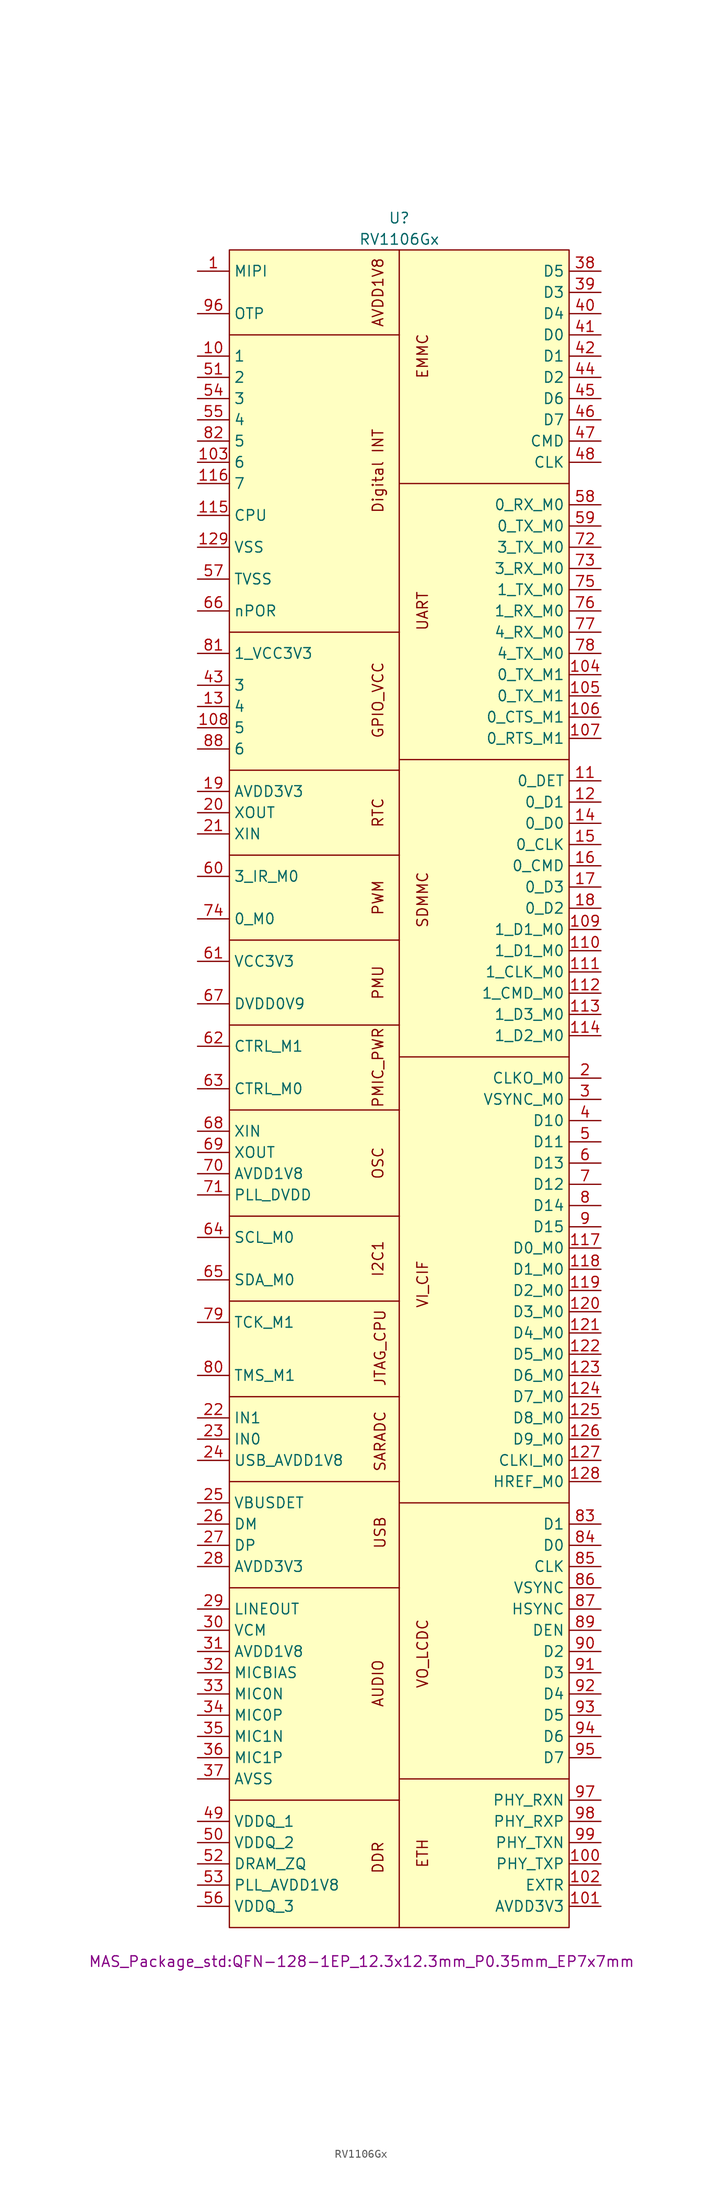
<source format=kicad_sym>
(kicad_symbol_lib
  (version 20231120)
  (generator "kicad_symbol_editor")
  (generator_version "8.0")
  (symbol "RV1106Gx"
    (property "Reference" "U"
      (at 0 104.14 0)
      (effects (font (size 1.27 1.27))))
    (property "Value" "RV1106Gx"
      (at 0 101.6 0)
      (effects (font (size 1.27 1.27))))
    (property "Footprint" "MAS_Package_std:QFN-128-1EP_12.3x12.3mm_P0.35mm_EP7x7mm"
      (at 28.194 -104.394 0)
      (effects (font (size 1.27 1.27)) (justify right)))
    (symbol "RV1106Gx_1_1"
      (rectangle (start -20.32 100.33) (end 20.32 -100.33) (stroke (width 0) (type solid)) (fill (type background)))
      (polyline (pts (xy -20.32 -85.09) (xy 0 -85.09)) (stroke (width 0) (type default)) (fill (type none)))
      (polyline (pts (xy -20.32 -59.69) (xy 0 -59.69)) (stroke (width 0) (type default)) (fill (type none)))
      (polyline (pts (xy -20.32 -46.99) (xy 0 -46.99)) (stroke (width 0) (type default)) (fill (type none)))
      (polyline (pts (xy -20.32 -36.83) (xy 0 -36.83)) (stroke (width 0) (type default)) (fill (type none)))
      (polyline (pts (xy -20.32 -25.4) (xy 0 -25.4)) (stroke (width 0) (type default)) (fill (type none)))
      (polyline (pts (xy -20.32 -15.24) (xy 0 -15.24)) (stroke (width 0) (type default)) (fill (type none)))
      (polyline (pts (xy -20.32 -2.54) (xy 0 -2.54)) (stroke (width 0) (type default)) (fill (type none)))
      (polyline (pts (xy -20.32 7.62) (xy 0 7.62)) (stroke (width 0) (type default)) (fill (type none)))
      (polyline (pts (xy -20.32 17.78) (xy 0 17.78)) (stroke (width 0) (type default)) (fill (type none)))
      (polyline (pts (xy -20.32 27.94) (xy 0 27.94)) (stroke (width 0) (type default)) (fill (type none)))
      (polyline (pts (xy -20.32 38.1) (xy 0 38.1)) (stroke (width 0) (type default)) (fill (type none)))
      (polyline (pts (xy -20.32 54.61) (xy 0 54.61)) (stroke (width 0) (type default)) (fill (type none)))
      (polyline (pts (xy -20.32 90.17) (xy 0 90.17)) (stroke (width 0) (type default)) (fill (type none)))
      (polyline (pts (xy 0 -100.33) (xy 0 100.33)) (stroke (width 0) (type default)) (fill (type none)))
      (polyline (pts (xy 20.32 -82.55) (xy 0 -82.55)) (stroke (width 0) (type default)) (fill (type none)))
      (polyline (pts (xy 20.32 -49.53) (xy 0 -49.53)) (stroke (width 0) (type default)) (fill (type none)))
      (polyline (pts (xy 20.32 3.81) (xy 0 3.81)) (stroke (width 0) (type default)) (fill (type none)))
      (polyline (pts (xy 20.32 39.37) (xy 0 39.37)) (stroke (width 0) (type default)) (fill (type none)))
      (polyline (pts (xy 20.32 72.39) (xy 0 72.39)) (stroke (width 0) (type default)) (fill (type none)))
      (text "AUDIO" (at -2.54 -71.12 900) (effects (font (size 1.27 1.27))))
      (text "AVDD1V8" (at -2.54 95.25 900) (effects (font (size 1.27 1.27))))
      (text "DDR" (at -2.54 -91.948 900) (effects (font (size 1.27 1.27))))
      (text "Digital INT" (at -2.54 73.914 900) (effects (font (size 1.27 1.27))))
      (text "EMMC" (at 2.794 87.63 900) (effects (font (size 1.27 1.27))))
      (text "ETH" (at 2.794 -91.44 900) (effects (font (size 1.27 1.27))))
      (text "GPIO_VCC" (at -2.54 46.482 900) (effects (font (size 1.27 1.27))))
      (text "I2C1" (at -2.54 -20.32 900) (effects (font (size 1.27 1.27))))
      (text "JTAG_CPU" (at -2.286 -30.988 900) (effects (font (size 1.27 1.27))))
      (text "OSC" (at -2.54 -8.89 900) (effects (font (size 1.27 1.27))))
      (text "PMIC_PWR" (at -2.54 2.54 900) (effects (font (size 1.27 1.27))))
      (text "PMU" (at -2.54 12.7 900) (effects (font (size 1.27 1.27))))
      (text "PWM" (at -2.54 22.86 900) (effects (font (size 1.27 1.27))))
      (text "RTC" (at -2.54 33.02 900) (effects (font (size 1.27 1.27))))
      (text "SARADC" (at -2.286 -42.164 900) (effects (font (size 1.27 1.27))))
      (text "SDMMC" (at 2.794 22.606 900) (effects (font (size 1.27 1.27))))
      (text "UART" (at 2.794 57.15 900) (effects (font (size 1.27 1.27))))
      (text "USB" (at -2.286 -53.086 900) (effects (font (size 1.27 1.27))))
      (text "VI_CIF" (at 2.794 -23.368 900) (effects (font (size 1.27 1.27))))
      (text "VO_LCDC" (at 2.794 -67.564 900) (effects (font (size 1.27 1.27))))
      (pin power_in line (at -24.13 97.79 0) (length 3.81) (name "MIPI" (effects (font (size 1.27 1.27)))) (number "1" (effects (font (size 1.27 1.27)))))
      (pin power_in line (at -24.13 87.63 0) (length 3.81) (name "1" (effects (font (size 1.27 1.27)))) (number "10" (effects (font (size 1.27 1.27)))))
      (pin bidirectional line (at 24.13 -92.71 180) (length 3.81) (name "PHY_TXP" (effects (font (size 1.27 1.27)))) (number "100" (effects (font (size 1.27 1.27)))))
      (pin power_in line (at 24.13 -97.79 180) (length 3.81) (name "AVDD3V3" (effects (font (size 1.27 1.27)))) (number "101" (effects (font (size 1.27 1.27)))))
      (pin bidirectional line (at 24.13 -95.25 180) (length 3.81) (name "EXTR" (effects (font (size 1.27 1.27)))) (number "102" (effects (font (size 1.27 1.27)))))
      (pin power_in line (at -24.13 74.93 0) (length 3.81) (name "6" (effects (font (size 1.27 1.27)))) (number "103" (effects (font (size 1.27 1.27)))))
      (pin bidirectional line (at 24.13 49.53 180) (length 3.81) (name "0_TX_M1" (effects (font (size 1.27 1.27)))) (number "104" (effects (font (size 1.27 1.27)))))
      (pin bidirectional line (at 24.13 46.99 180) (length 3.81) (name "0_TX_M1" (effects (font (size 1.27 1.27)))) (number "105" (effects (font (size 1.27 1.27)))))
      (pin bidirectional line (at 24.13 44.45 180) (length 3.81) (name "0_CTS_M1" (effects (font (size 1.27 1.27)))) (number "106" (effects (font (size 1.27 1.27)))))
      (pin bidirectional line (at 24.13 41.91 180) (length 3.81) (name "0_RTS_M1" (effects (font (size 1.27 1.27)))) (number "107" (effects (font (size 1.27 1.27)))))
      (pin power_in line (at -24.13 43.18 0) (length 3.81) (name "5" (effects (font (size 1.27 1.27)))) (number "108" (effects (font (size 1.27 1.27)))))
      (pin bidirectional line (at 24.13 19.05 180) (length 3.81) (name "1_D1_M0" (effects (font (size 1.27 1.27)))) (number "109" (effects (font (size 1.27 1.27)))))
      (pin bidirectional line (at 24.13 36.83 180) (length 3.81) (name "0_DET" (effects (font (size 1.27 1.27)))) (number "11" (effects (font (size 1.27 1.27)))))
      (pin bidirectional line (at 24.13 16.51 180) (length 3.81) (name "1_D1_M0" (effects (font (size 1.27 1.27)))) (number "110" (effects (font (size 1.27 1.27)))))
      (pin bidirectional line (at 24.13 13.97 180) (length 3.81) (name "1_CLK_M0" (effects (font (size 1.27 1.27)))) (number "111" (effects (font (size 1.27 1.27)))))
      (pin bidirectional line (at 24.13 11.43 180) (length 3.81) (name "1_CMD_M0" (effects (font (size 1.27 1.27)))) (number "112" (effects (font (size 1.27 1.27)))))
      (pin bidirectional line (at 24.13 8.89 180) (length 3.81) (name "1_D3_M0" (effects (font (size 1.27 1.27)))) (number "113" (effects (font (size 1.27 1.27)))))
      (pin bidirectional line (at 24.13 6.35 180) (length 3.81) (name "1_D2_M0" (effects (font (size 1.27 1.27)))) (number "114" (effects (font (size 1.27 1.27)))))
      (pin power_in line (at -24.13 68.58 0) (length 3.81) (name "CPU" (effects (font (size 1.27 1.27)))) (number "115" (effects (font (size 1.27 1.27)))))
      (pin power_in line (at -24.13 72.39 0) (length 3.81) (name "7" (effects (font (size 1.27 1.27)))) (number "116" (effects (font (size 1.27 1.27)))))
      (pin bidirectional line (at 24.13 -19.05 180) (length 3.81) (name "D0_M0" (effects (font (size 1.27 1.27)))) (number "117" (effects (font (size 1.27 1.27)))))
      (pin bidirectional line (at 24.13 -21.59 180) (length 3.81) (name "D1_M0" (effects (font (size 1.27 1.27)))) (number "118" (effects (font (size 1.27 1.27)))))
      (pin bidirectional line (at 24.13 -24.13 180) (length 3.81) (name "D2_M0" (effects (font (size 1.27 1.27)))) (number "119" (effects (font (size 1.27 1.27)))))
      (pin bidirectional line (at 24.13 34.29 180) (length 3.81) (name "0_D1" (effects (font (size 1.27 1.27)))) (number "12" (effects (font (size 1.27 1.27)))))
      (pin bidirectional line (at 24.13 -26.67 180) (length 3.81) (name "D3_M0" (effects (font (size 1.27 1.27)))) (number "120" (effects (font (size 1.27 1.27)))))
      (pin bidirectional line (at 24.13 -29.21 180) (length 3.81) (name "D4_M0" (effects (font (size 1.27 1.27)))) (number "121" (effects (font (size 1.27 1.27)))))
      (pin bidirectional line (at 24.13 -31.75 180) (length 3.81) (name "D5_M0" (effects (font (size 1.27 1.27)))) (number "122" (effects (font (size 1.27 1.27)))))
      (pin bidirectional line (at 24.13 -34.29 180) (length 3.81) (name "D6_M0" (effects (font (size 1.27 1.27)))) (number "123" (effects (font (size 1.27 1.27)))))
      (pin bidirectional line (at 24.13 -36.83 180) (length 3.81) (name "D7_M0" (effects (font (size 1.27 1.27)))) (number "124" (effects (font (size 1.27 1.27)))))
      (pin bidirectional line (at 24.13 -39.37 180) (length 3.81) (name "D8_M0" (effects (font (size 1.27 1.27)))) (number "125" (effects (font (size 1.27 1.27)))))
      (pin bidirectional line (at 24.13 -41.91 180) (length 3.81) (name "D9_M0" (effects (font (size 1.27 1.27)))) (number "126" (effects (font (size 1.27 1.27)))))
      (pin bidirectional line (at 24.13 -44.45 180) (length 3.81) (name "CLKI_M0" (effects (font (size 1.27 1.27)))) (number "127" (effects (font (size 1.27 1.27)))))
      (pin bidirectional line (at 24.13 -46.99 180) (length 3.81) (name "HREF_M0" (effects (font (size 1.27 1.27)))) (number "128" (effects (font (size 1.27 1.27)))))
      (pin power_in line (at -24.13 64.77 0) (length 3.81) (name "VSS" (effects (font (size 1.27 1.27)))) (number "129" (effects (font (size 1.27 1.27)))))
      (pin power_in line (at -24.13 45.72 0) (length 3.81) (name "4" (effects (font (size 1.27 1.27)))) (number "13" (effects (font (size 1.27 1.27)))))
      (pin bidirectional line (at 24.13 31.75 180) (length 3.81) (name "0_D0" (effects (font (size 1.27 1.27)))) (number "14" (effects (font (size 1.27 1.27)))))
      (pin bidirectional line (at 24.13 29.21 180) (length 3.81) (name "0_CLK" (effects (font (size 1.27 1.27)))) (number "15" (effects (font (size 1.27 1.27)))))
      (pin bidirectional line (at 24.13 26.67 180) (length 3.81) (name "0_CMD" (effects (font (size 1.27 1.27)))) (number "16" (effects (font (size 1.27 1.27)))))
      (pin bidirectional line (at 24.13 24.13 180) (length 3.81) (name "0_D3" (effects (font (size 1.27 1.27)))) (number "17" (effects (font (size 1.27 1.27)))))
      (pin bidirectional line (at 24.13 21.59 180) (length 3.81) (name "0_D2" (effects (font (size 1.27 1.27)))) (number "18" (effects (font (size 1.27 1.27)))))
      (pin power_in line (at -24.13 35.56 0) (length 3.81) (name "AVDD3V3" (effects (font (size 1.27 1.27)))) (number "19" (effects (font (size 1.27 1.27)))))
      (pin bidirectional line (at 24.13 1.27 180) (length 3.81) (name "CLKO_M0" (effects (font (size 1.27 1.27)))) (number "2" (effects (font (size 1.27 1.27)))))
      (pin output line (at -24.13 33.02 0) (length 3.81) (name "XOUT" (effects (font (size 1.27 1.27)))) (number "20" (effects (font (size 1.27 1.27)))))
      (pin input line (at -24.13 30.48 0) (length 3.81) (name "XIN" (effects (font (size 1.27 1.27)))) (number "21" (effects (font (size 1.27 1.27)))))
      (pin input line (at -24.13 -39.37 0) (length 3.81) (name "IN1" (effects (font (size 1.27 1.27)))) (number "22" (effects (font (size 1.27 1.27)))))
      (pin input line (at -24.13 -41.91 0) (length 3.81) (name "IN0" (effects (font (size 1.27 1.27)))) (number "23" (effects (font (size 1.27 1.27)))))
      (pin power_in line (at -24.13 -44.45 0) (length 3.81) (name "USB_AVDD1V8" (effects (font (size 1.27 1.27)))) (number "24" (effects (font (size 1.27 1.27)))))
      (pin bidirectional line (at -24.13 -49.53 0) (length 3.81) (name "VBUSDET" (effects (font (size 1.27 1.27)))) (number "25" (effects (font (size 1.27 1.27)))))
      (pin bidirectional line (at -24.13 -52.07 0) (length 3.81) (name "DM" (effects (font (size 1.27 1.27)))) (number "26" (effects (font (size 1.27 1.27)))))
      (pin bidirectional line (at -24.13 -54.61 0) (length 3.81) (name "DP" (effects (font (size 1.27 1.27)))) (number "27" (effects (font (size 1.27 1.27)))))
      (pin power_in line (at -24.13 -57.15 0) (length 3.81) (name "AVDD3V3" (effects (font (size 1.27 1.27)))) (number "28" (effects (font (size 1.27 1.27)))))
      (pin output line (at -24.13 -62.23 0) (length 3.81) (name "LINEOUT" (effects (font (size 1.27 1.27)))) (number "29" (effects (font (size 1.27 1.27)))))
      (pin bidirectional line (at 24.13 -1.27 180) (length 3.81) (name "VSYNC_M0" (effects (font (size 1.27 1.27)))) (number "3" (effects (font (size 1.27 1.27)))))
      (pin bidirectional line (at -24.13 -64.77 0) (length 3.81) (name "VCM" (effects (font (size 1.27 1.27)))) (number "30" (effects (font (size 1.27 1.27)))))
      (pin power_in line (at -24.13 -67.31 0) (length 3.81) (name "AVDD1V8" (effects (font (size 1.27 1.27)))) (number "31" (effects (font (size 1.27 1.27)))))
      (pin bidirectional line (at -24.13 -69.85 0) (length 3.81) (name "MICBIAS" (effects (font (size 1.27 1.27)))) (number "32" (effects (font (size 1.27 1.27)))))
      (pin bidirectional line (at -24.13 -72.39 0) (length 3.81) (name "MIC0N" (effects (font (size 1.27 1.27)))) (number "33" (effects (font (size 1.27 1.27)))))
      (pin bidirectional line (at -24.13 -74.93 0) (length 3.81) (name "MIC0P" (effects (font (size 1.27 1.27)))) (number "34" (effects (font (size 1.27 1.27)))))
      (pin bidirectional line (at -24.13 -77.47 0) (length 3.81) (name "MIC1N" (effects (font (size 1.27 1.27)))) (number "35" (effects (font (size 1.27 1.27)))))
      (pin bidirectional line (at -24.13 -80.01 0) (length 3.81) (name "MIC1P" (effects (font (size 1.27 1.27)))) (number "36" (effects (font (size 1.27 1.27)))))
      (pin power_in line (at -24.13 -82.55 0) (length 3.81) (name "AVSS" (effects (font (size 1.27 1.27)))) (number "37" (effects (font (size 1.27 1.27)))))
      (pin bidirectional line (at 24.13 97.79 180) (length 3.81) (name "D5" (effects (font (size 1.27 1.27)))) (number "38" (effects (font (size 1.27 1.27)))))
      (pin bidirectional line (at 24.13 95.25 180) (length 3.81) (name "D3" (effects (font (size 1.27 1.27)))) (number "39" (effects (font (size 1.27 1.27)))))
      (pin bidirectional line (at 24.13 -3.81 180) (length 3.81) (name "D10" (effects (font (size 1.27 1.27)))) (number "4" (effects (font (size 1.27 1.27)))))
      (pin bidirectional line (at 24.13 92.71 180) (length 3.81) (name "D4" (effects (font (size 1.27 1.27)))) (number "40" (effects (font (size 1.27 1.27)))))
      (pin bidirectional line (at 24.13 90.17 180) (length 3.81) (name "D0" (effects (font (size 1.27 1.27)))) (number "41" (effects (font (size 1.27 1.27)))))
      (pin bidirectional line (at 24.13 87.63 180) (length 3.81) (name "D1" (effects (font (size 1.27 1.27)))) (number "42" (effects (font (size 1.27 1.27)))))
      (pin power_in line (at -24.13 48.26 0) (length 3.81) (name "3" (effects (font (size 1.27 1.27)))) (number "43" (effects (font (size 1.27 1.27)))))
      (pin bidirectional line (at 24.13 85.09 180) (length 3.81) (name "D2" (effects (font (size 1.27 1.27)))) (number "44" (effects (font (size 1.27 1.27)))))
      (pin bidirectional line (at 24.13 82.55 180) (length 3.81) (name "D6" (effects (font (size 1.27 1.27)))) (number "45" (effects (font (size 1.27 1.27)))))
      (pin bidirectional line (at 24.13 80.01 180) (length 3.81) (name "D7" (effects (font (size 1.27 1.27)))) (number "46" (effects (font (size 1.27 1.27)))))
      (pin bidirectional line (at 24.13 77.47 180) (length 3.81) (name "CMD" (effects (font (size 1.27 1.27)))) (number "47" (effects (font (size 1.27 1.27)))))
      (pin bidirectional line (at 24.13 74.93 180) (length 3.81) (name "CLK" (effects (font (size 1.27 1.27)))) (number "48" (effects (font (size 1.27 1.27)))))
      (pin bidirectional line (at -24.13 -87.63 0) (length 3.81) (name "VDDQ_1" (effects (font (size 1.27 1.27)))) (number "49" (effects (font (size 1.27 1.27)))))
      (pin bidirectional line (at 24.13 -6.35 180) (length 3.81) (name "D11" (effects (font (size 1.27 1.27)))) (number "5" (effects (font (size 1.27 1.27)))))
      (pin bidirectional line (at -24.13 -90.17 0) (length 3.81) (name "VDDQ_2" (effects (font (size 1.27 1.27)))) (number "50" (effects (font (size 1.27 1.27)))))
      (pin power_in line (at -24.13 85.09 0) (length 3.81) (name "2" (effects (font (size 1.27 1.27)))) (number "51" (effects (font (size 1.27 1.27)))))
      (pin bidirectional line (at -24.13 -92.71 0) (length 3.81) (name "DRAM_ZQ" (effects (font (size 1.27 1.27)))) (number "52" (effects (font (size 1.27 1.27)))))
      (pin power_in line (at -24.13 -95.25 0) (length 3.81) (name "PLL_AVDD1V8" (effects (font (size 1.27 1.27)))) (number "53" (effects (font (size 1.27 1.27)))))
      (pin power_in line (at -24.13 82.55 0) (length 3.81) (name "3" (effects (font (size 1.27 1.27)))) (number "54" (effects (font (size 1.27 1.27)))))
      (pin power_in line (at -24.13 80.01 0) (length 3.81) (name "4" (effects (font (size 1.27 1.27)))) (number "55" (effects (font (size 1.27 1.27)))))
      (pin power_in line (at -24.13 -97.79 0) (length 3.81) (name "VDDQ_3" (effects (font (size 1.27 1.27)))) (number "56" (effects (font (size 1.27 1.27)))))
      (pin power_in line (at -24.13 60.96 0) (length 3.81) (name "TVSS" (effects (font (size 1.27 1.27)))) (number "57" (effects (font (size 1.27 1.27)))))
      (pin bidirectional line (at 24.13 69.85 180) (length 3.81) (name "0_RX_M0" (effects (font (size 1.27 1.27)))) (number "58" (effects (font (size 1.27 1.27)))))
      (pin bidirectional line (at 24.13 67.31 180) (length 3.81) (name "0_TX_M0" (effects (font (size 1.27 1.27)))) (number "59" (effects (font (size 1.27 1.27)))))
      (pin bidirectional line (at 24.13 -8.89 180) (length 3.81) (name "D13" (effects (font (size 1.27 1.27)))) (number "6" (effects (font (size 1.27 1.27)))))
      (pin bidirectional line (at -24.13 25.4 0) (length 3.81) (name "3_IR_M0" (effects (font (size 1.27 1.27)))) (number "60" (effects (font (size 1.27 1.27)))))
      (pin power_in line (at -24.13 15.24 0) (length 3.81) (name "VCC3V3" (effects (font (size 1.27 1.27)))) (number "61" (effects (font (size 1.27 1.27)))))
      (pin bidirectional line (at -24.13 5.08 0) (length 3.81) (name "CTRL_M1" (effects (font (size 1.27 1.27)))) (number "62" (effects (font (size 1.27 1.27)))))
      (pin bidirectional line (at -24.13 0 0) (length 3.81) (name "CTRL_M0" (effects (font (size 1.27 1.27)))) (number "63" (effects (font (size 1.27 1.27)))))
      (pin bidirectional line (at -24.13 -17.78 0) (length 3.81) (name "SCL_M0" (effects (font (size 1.27 1.27)))) (number "64" (effects (font (size 1.27 1.27)))))
      (pin bidirectional line (at -24.13 -22.86 0) (length 3.81) (name "SDA_M0" (effects (font (size 1.27 1.27)))) (number "65" (effects (font (size 1.27 1.27)))))
      (pin input line (at -24.13 57.15 0) (length 3.81) (name "nPOR" (effects (font (size 1.27 1.27)))) (number "66" (effects (font (size 1.27 1.27)))))
      (pin power_in line (at -24.13 10.16 0) (length 3.81) (name "DVDD0V9" (effects (font (size 1.27 1.27)))) (number "67" (effects (font (size 1.27 1.27)))))
      (pin input line (at -24.13 -5.08 0) (length 3.81) (name "XIN" (effects (font (size 1.27 1.27)))) (number "68" (effects (font (size 1.27 1.27)))))
      (pin output line (at -24.13 -7.62 0) (length 3.81) (name "XOUT" (effects (font (size 1.27 1.27)))) (number "69" (effects (font (size 1.27 1.27)))))
      (pin bidirectional line (at 24.13 -11.43 180) (length 3.81) (name "D12" (effects (font (size 1.27 1.27)))) (number "7" (effects (font (size 1.27 1.27)))))
      (pin power_in line (at -24.13 -10.16 0) (length 3.81) (name "AVDD1V8" (effects (font (size 1.27 1.27)))) (number "70" (effects (font (size 1.27 1.27)))))
      (pin power_in line (at -24.13 -12.7 0) (length 3.81) (name "PLL_DVDD" (effects (font (size 1.27 1.27)))) (number "71" (effects (font (size 1.27 1.27)))))
      (pin bidirectional line (at 24.13 64.77 180) (length 3.81) (name "3_TX_M0" (effects (font (size 1.27 1.27)))) (number "72" (effects (font (size 1.27 1.27)))))
      (pin bidirectional line (at 24.13 62.23 180) (length 3.81) (name "3_RX_M0" (effects (font (size 1.27 1.27)))) (number "73" (effects (font (size 1.27 1.27)))))
      (pin bidirectional line (at -24.13 20.32 0) (length 3.81) (name "0_M0" (effects (font (size 1.27 1.27)))) (number "74" (effects (font (size 1.27 1.27)))))
      (pin bidirectional line (at 24.13 59.69 180) (length 3.81) (name "1_TX_M0" (effects (font (size 1.27 1.27)))) (number "75" (effects (font (size 1.27 1.27)))))
      (pin bidirectional line (at 24.13 57.15 180) (length 3.81) (name "1_RX_M0" (effects (font (size 1.27 1.27)))) (number "76" (effects (font (size 1.27 1.27)))))
      (pin bidirectional line (at 24.13 54.61 180) (length 3.81) (name "4_RX_M0" (effects (font (size 1.27 1.27)))) (number "77" (effects (font (size 1.27 1.27)))))
      (pin bidirectional line (at 24.13 52.07 180) (length 3.81) (name "4_TX_M0" (effects (font (size 1.27 1.27)))) (number "78" (effects (font (size 1.27 1.27)))))
      (pin bidirectional line (at -24.13 -27.94 0) (length 3.81) (name "TCK_M1" (effects (font (size 1.27 1.27)))) (number "79" (effects (font (size 1.27 1.27)))))
      (pin bidirectional line (at 24.13 -13.97 180) (length 3.81) (name "D14" (effects (font (size 1.27 1.27)))) (number "8" (effects (font (size 1.27 1.27)))))
      (pin bidirectional line (at -24.13 -34.29 0) (length 3.81) (name "TMS_M1" (effects (font (size 1.27 1.27)))) (number "80" (effects (font (size 1.27 1.27)))))
      (pin power_in line (at -24.13 52.07 0) (length 3.81) (name "1_VCC3V3" (effects (font (size 1.27 1.27)))) (number "81" (effects (font (size 1.27 1.27)))))
      (pin power_in line (at -24.13 77.47 0) (length 3.81) (name "5" (effects (font (size 1.27 1.27)))) (number "82" (effects (font (size 1.27 1.27)))))
      (pin bidirectional line (at 24.13 -52.07 180) (length 3.81) (name "D1" (effects (font (size 1.27 1.27)))) (number "83" (effects (font (size 1.27 1.27)))))
      (pin bidirectional line (at 24.13 -54.61 180) (length 3.81) (name "D0" (effects (font (size 1.27 1.27)))) (number "84" (effects (font (size 1.27 1.27)))))
      (pin bidirectional line (at 24.13 -57.15 180) (length 3.81) (name "CLK" (effects (font (size 1.27 1.27)))) (number "85" (effects (font (size 1.27 1.27)))))
      (pin bidirectional line (at 24.13 -59.69 180) (length 3.81) (name "VSYNC" (effects (font (size 1.27 1.27)))) (number "86" (effects (font (size 1.27 1.27)))))
      (pin bidirectional line (at 24.13 -62.23 180) (length 3.81) (name "HSYNC" (effects (font (size 1.27 1.27)))) (number "87" (effects (font (size 1.27 1.27)))))
      (pin power_in line (at -24.13 40.64 0) (length 3.81) (name "6" (effects (font (size 1.27 1.27)))) (number "88" (effects (font (size 1.27 1.27)))))
      (pin bidirectional line (at 24.13 -64.77 180) (length 3.81) (name "DEN" (effects (font (size 1.27 1.27)))) (number "89" (effects (font (size 1.27 1.27)))))
      (pin bidirectional line (at 24.13 -16.51 180) (length 3.81) (name "D15" (effects (font (size 1.27 1.27)))) (number "9" (effects (font (size 1.27 1.27)))))
      (pin bidirectional line (at 24.13 -67.31 180) (length 3.81) (name "D2" (effects (font (size 1.27 1.27)))) (number "90" (effects (font (size 1.27 1.27)))))
      (pin bidirectional line (at 24.13 -69.85 180) (length 3.81) (name "D3" (effects (font (size 1.27 1.27)))) (number "91" (effects (font (size 1.27 1.27)))))
      (pin bidirectional line (at 24.13 -72.39 180) (length 3.81) (name "D4" (effects (font (size 1.27 1.27)))) (number "92" (effects (font (size 1.27 1.27)))))
      (pin bidirectional line (at 24.13 -74.93 180) (length 3.81) (name "D5" (effects (font (size 1.27 1.27)))) (number "93" (effects (font (size 1.27 1.27)))))
      (pin bidirectional line (at 24.13 -77.47 180) (length 3.81) (name "D6" (effects (font (size 1.27 1.27)))) (number "94" (effects (font (size 1.27 1.27)))))
      (pin bidirectional line (at 24.13 -80.01 180) (length 3.81) (name "D7" (effects (font (size 1.27 1.27)))) (number "95" (effects (font (size 1.27 1.27)))))
      (pin power_in line (at -24.13 92.71 0) (length 3.81) (name "OTP" (effects (font (size 1.27 1.27)))) (number "96" (effects (font (size 1.27 1.27)))))
      (pin bidirectional line (at 24.13 -85.09 180) (length 3.81) (name "PHY_RXN" (effects (font (size 1.27 1.27)))) (number "97" (effects (font (size 1.27 1.27)))))
      (pin bidirectional line (at 24.13 -87.63 180) (length 3.81) (name "PHY_RXP" (effects (font (size 1.27 1.27)))) (number "98" (effects (font (size 1.27 1.27)))))
      (pin bidirectional line (at 24.13 -90.17 180) (length 3.81) (name "PHY_TXN" (effects (font (size 1.27 1.27)))) (number "99" (effects (font (size 1.27 1.27))))))))
</source>
